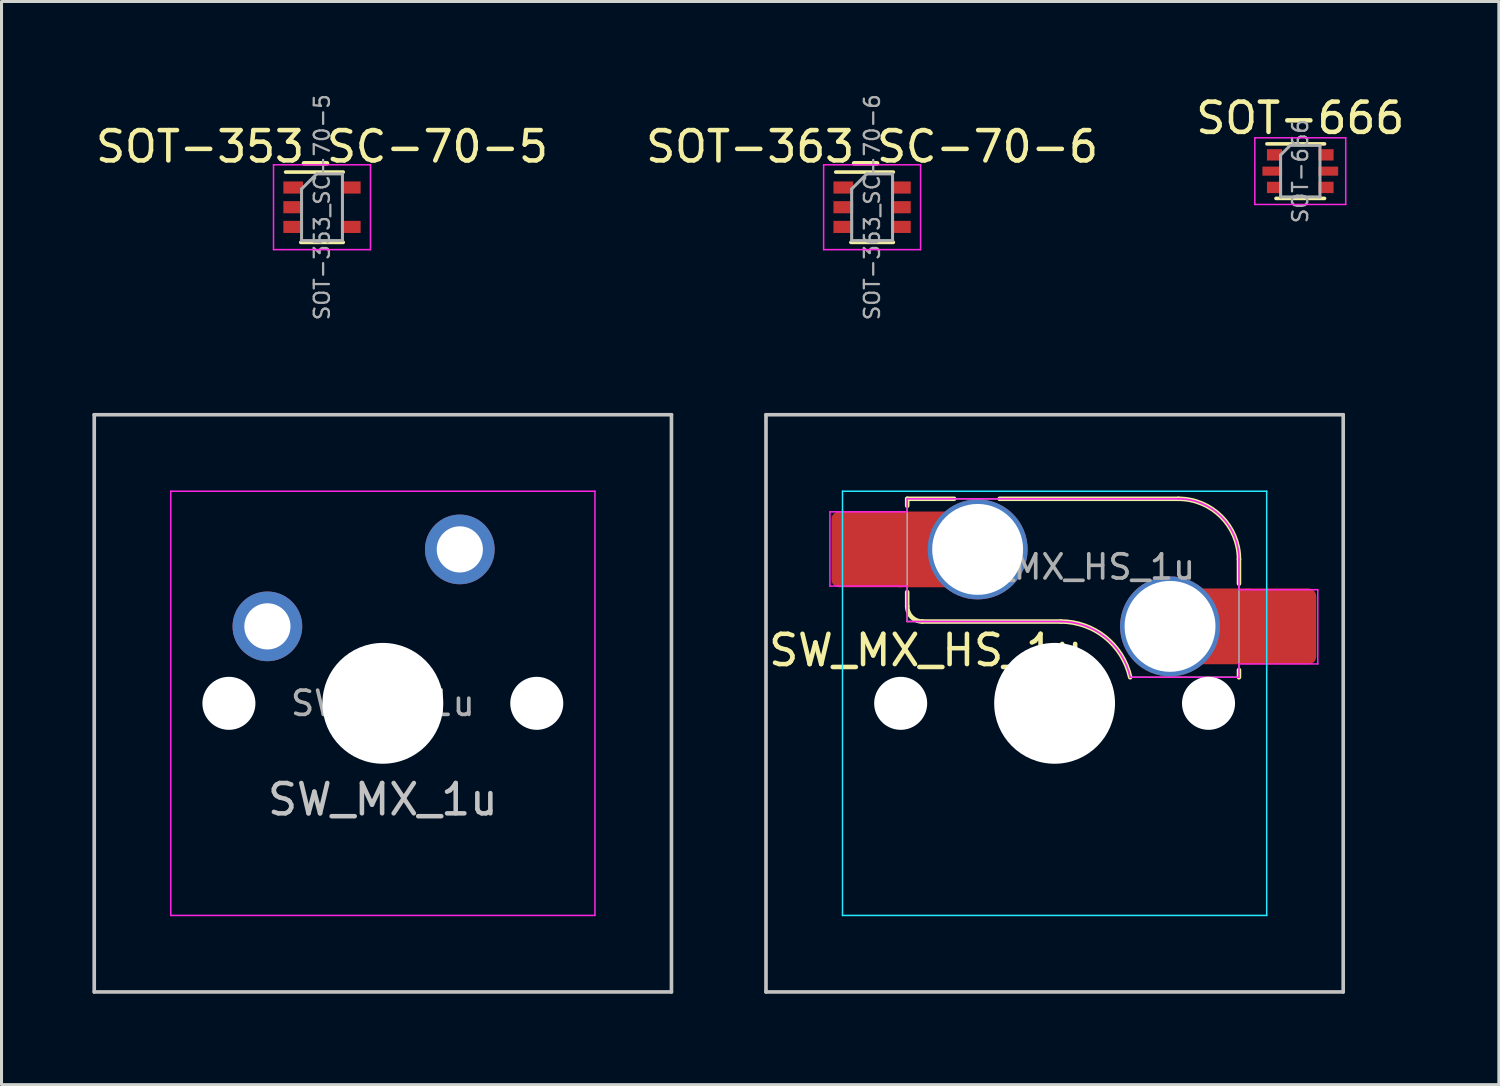
<source format=kicad_pcb>
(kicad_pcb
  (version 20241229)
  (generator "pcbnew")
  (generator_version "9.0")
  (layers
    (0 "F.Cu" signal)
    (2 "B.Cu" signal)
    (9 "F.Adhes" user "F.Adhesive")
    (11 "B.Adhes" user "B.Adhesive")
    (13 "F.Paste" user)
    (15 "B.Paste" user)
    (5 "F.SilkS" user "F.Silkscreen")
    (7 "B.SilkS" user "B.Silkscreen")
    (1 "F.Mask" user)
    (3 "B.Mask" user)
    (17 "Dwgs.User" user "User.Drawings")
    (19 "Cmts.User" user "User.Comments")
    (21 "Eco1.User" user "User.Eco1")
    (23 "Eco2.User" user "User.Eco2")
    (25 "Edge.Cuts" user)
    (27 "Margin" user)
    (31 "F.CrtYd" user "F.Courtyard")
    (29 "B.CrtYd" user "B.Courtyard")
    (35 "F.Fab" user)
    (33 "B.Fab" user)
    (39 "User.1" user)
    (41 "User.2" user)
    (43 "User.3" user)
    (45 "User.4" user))
  (footprint "SW_MX_HS_1u"
    (layer "F.Cu")
    (at 31.755 20.162)
    (property "Reference" "SW_MX_HS_1u" (at -4.25 -1.75 0) (layer "F.SilkS") (effects (font (size 1 1) (thickness 0.15))))
    (attr smd)
    (fp_line (start -4.865 -6.75) (end -4.865 -6.52) (stroke (width 0.15) (type solid)) (layer "F.SilkS"))
    (fp_line (start -4.865 -3.67) (end -4.865 -3.2) (stroke (width 0.15) (type solid)) (layer "F.SilkS"))
    (fp_line (start -4.365 -2.7) (end 0.2 -2.7) (stroke (width 0.15) (type solid)) (layer "F.SilkS"))
    (fp_line (start -3.315 -6.75) (end -4.865 -6.75) (stroke (width 0.15) (type solid)) (layer "F.SilkS"))
    (fp_line (start 4.085 -6.75) (end -1.815 -6.75) (stroke (width 0.15) (type solid)) (layer "F.SilkS"))
    (fp_line (start 6.085 -3.95) (end 6.085 -4.75) (stroke (width 0.15) (type solid)) (layer "F.SilkS"))
    (fp_line (start 6.085 -1.1) (end 6.085 -0.86) (stroke (width 0.15) (type solid)) (layer "F.SilkS"))
    (fp_arc (start -4.364824 -2.70022) (mid -4.718377 -2.846667) (end -4.864824 -3.20022) (stroke (width 0.15) (type solid)) (layer "F.SilkS"))
    (fp_arc (start 0.2 -2.70022) (mid 1.670693 -2.183637) (end 2.494322 -0.86022) (stroke (width 0.15) (type solid)) (layer "F.SilkS"))
    (fp_arc (start 4.085176 -6.75022) (mid 5.49939 -6.164434) (end 6.085176 -4.75022) (stroke (width 0.15) (type solid)) (layer "F.SilkS"))
    (fp_line (start -9.525 -9.525) (end 9.525 -9.525) (stroke (width 0.12) (type solid)) (layer "Dwgs.User"))
    (fp_line (start -9.525 9.525) (end -9.525 -9.525) (stroke (width 0.12) (type solid)) (layer "Dwgs.User"))
    (fp_line (start 9.525 -9.525) (end 9.525 9.525) (stroke (width 0.12) (type solid)) (layer "Dwgs.User"))
    (fp_line (start 9.525 9.525) (end -9.525 9.525) (stroke (width 0.12) (type solid)) (layer "Dwgs.User"))
    (fp_line (start -7 -6.5) (end -7 6.5) (stroke (width 0.05) (type solid)) (layer "Eco2.User"))
    (fp_line (start -6.5 7) (end 6.5 7) (stroke (width 0.05) (type solid)) (layer "Eco2.User"))
    (fp_line (start 6.5 -7) (end -6.5 -7) (stroke (width 0.05) (type solid)) (layer "Eco2.User"))
    (fp_line (start 7 6.5) (end 7 -6.5) (stroke (width 0.05) (type solid)) (layer "Eco2.User"))
    (fp_arc (start -7 -6.5) (mid -6.853553 -6.853553) (end -6.5 -7) (stroke (width 0.05) (type solid)) (layer "Eco2.User"))
    (fp_arc (start -6.497236 6.998884) (mid -6.850789 6.852437) (end -6.997236 6.498884) (stroke (width 0.05) (type solid)) (layer "Eco2.User"))
    (fp_arc (start 6.5 -7) (mid 6.853553 -6.853553) (end 7 -6.5) (stroke (width 0.05) (type solid)) (layer "Eco2.User"))
    (fp_arc (start 7 6.5) (mid 6.853553 6.853553) (end 6.5 7) (stroke (width 0.05) (type solid)) (layer "Eco2.User"))
    (fp_line (start -7 -7) (end 7 -7) (stroke (width 0.05) (type solid)) (layer "B.CrtYd"))
    (fp_line (start -7 7) (end -7 -7) (stroke (width 0.05) (type solid)) (layer "B.CrtYd"))
    (fp_line (start 7 -7) (end 7 7) (stroke (width 0.05) (type solid)) (layer "B.CrtYd"))
    (fp_line (start 7 7) (end -7 7) (stroke (width 0.05) (type solid)) (layer "B.CrtYd"))
    (fp_line (start -7.415 -6.32) (end -4.865 -6.32) (stroke (width 0.05) (type solid)) (layer "F.CrtYd"))
    (fp_line (start -7.415 -3.87) (end -7.415 -6.32) (stroke (width 0.05) (type solid)) (layer "F.CrtYd"))
    (fp_line (start -4.865 -6.75) (end -4.865 -6.32) (stroke (width 0.05) (type solid)) (layer "F.CrtYd"))
    (fp_line (start -4.865 -3.87) (end -7.415 -3.87) (stroke (width 0.05) (type solid)) (layer "F.CrtYd"))
    (fp_line (start -4.865 -3.87) (end -4.865 -2.7) (stroke (width 0.05) (type solid)) (layer "F.CrtYd"))
    (fp_line (start -4.865 -2.7) (end 0.2 -2.7) (stroke (width 0.05) (type solid)) (layer "F.CrtYd"))
    (fp_line (start 4.085 -6.75) (end -4.865 -6.75) (stroke (width 0.05) (type solid)) (layer "F.CrtYd"))
    (fp_line (start 6.085 -3.75) (end 6.085 -4.75) (stroke (width 0.05) (type solid)) (layer "F.CrtYd"))
    (fp_line (start 6.085 -3.75) (end 8.685 -3.75) (stroke (width 0.05) (type solid)) (layer "F.CrtYd"))
    (fp_line (start 6.085 -1.3) (end 6.085 -0.86) (stroke (width 0.05) (type solid)) (layer "F.CrtYd"))
    (fp_line (start 6.085 -0.86) (end 2.494 -0.86) (stroke (width 0.05) (type solid)) (layer "F.CrtYd"))
    (fp_line (start 8.685 -3.75) (end 8.685 -1.3) (stroke (width 0.05) (type solid)) (layer "F.CrtYd"))
    (fp_line (start 8.685 -1.3) (end 6.085 -1.3) (stroke (width 0.05) (type solid)) (layer "F.CrtYd"))
    (fp_arc (start 0.2 -2.70022) (mid 1.670503 -2.183399) (end 2.494322 -0.86022) (stroke (width 0.05) (type solid)) (layer "F.CrtYd"))
    (fp_arc (start 4.085176 -6.75022) (mid 5.49939 -6.164434) (end 6.085176 -4.75022) (stroke (width 0.05) (type solid)) (layer "F.CrtYd"))
    (fp_line (start -4.865 -6.75) (end -4.865 -2.7) (stroke (width 0.05) (type solid)) (layer "F.Fab"))
    (fp_line (start -4.865 -2.7) (end 0.2 -2.7) (stroke (width 0.05) (type solid)) (layer "F.Fab"))
    (fp_line (start 4.085 -6.75) (end -4.865 -6.75) (stroke (width 0.05) (type solid)) (layer "F.Fab"))
    (fp_line (start 6.085 -0.86) (end 2.494 -0.86) (stroke (width 0.05) (type solid)) (layer "F.Fab"))
    (fp_line (start 6.085 -0.86) (end 6.085 -4.75) (stroke (width 0.05) (type solid)) (layer "F.Fab"))
    (fp_arc (start 0.2 -2.70022) (mid 1.670503 -2.183399) (end 2.494322 -0.86022) (stroke (width 0.05) (type solid)) (layer "F.Fab"))
    (fp_arc (start 4.085176 -6.75022) (mid 5.49939 -6.164434) (end 6.085176 -4.75022) (stroke (width 0.05) (type solid)) (layer "F.Fab"))
    (fp_text user "${REFERENCE}" (at 0.5 -4.5 0) (layer "F.Fab") (effects (font (size 0.8 0.8) (thickness 0.12))))
    (pad "" np_thru_hole circle (at -5.08 0) (size 1.75 1.75) (drill 1.75) (layers "*.Cu" "*.Mask"))
    (pad "" np_thru_hole circle (at 0 0) (size 3.988 3.988) (drill 3.988) (layers "*.Cu" "*.Mask"))
    (pad "" np_thru_hole circle (at 5.08 0) (size 1.75 1.75) (drill 1.75) (layers "*.Cu" "*.Mask"))
    (pad "1" thru_hole circle (at 3.81 -2.54) (size 3.3 3.3) (drill 3) (layers "*.Cu" "*.Mask"))
    (pad "1" smd rect (at 5.635 -2.54 180) (size 1.65 2.5) (layers "F.Cu"))
    (pad "1" smd roundrect (at 7.36 -2.54) (size 2.55 2.5) (layers "F.Cu" "F.Mask" "F.Paste") (roundrect_rratio 0.1))
    (pad "2" smd roundrect (at -6.09 -5.08) (size 2.55 2.5) (layers "F.Cu" "F.Mask" "F.Paste") (roundrect_rratio 0.1))
    (pad "2" smd rect (at -4.34 -5.08) (size 1.65 2.5) (layers "F.Cu"))
    (pad "2" thru_hole circle (at -2.54 -5.08) (size 3.3 3.3) (drill 3) (layers "*.Cu" "*.Mask")))
  (footprint "SOT-363_SC-70-6"
    (layer "F.Cu")
    (at 25.732 3.789)
    (property "Reference" "SOT-363_SC-70-6" (at 0 -2 0) (layer "F.SilkS") (effects (font (size 1 1) (thickness 0.15))))
    (attr smd)
    (fp_line (start -0.7 1.16) (end 0.7 1.16) (stroke (width 0.12) (type solid)) (layer "F.SilkS"))
    (fp_line (start 0.7 -1.16) (end -1.2 -1.16) (stroke (width 0.12) (type solid)) (layer "F.SilkS"))
    (fp_line (start -1.6 -1.4) (end -1.6 1.4) (stroke (width 0.05) (type solid)) (layer "F.CrtYd"))
    (fp_line (start -1.6 -1.4) (end 1.6 -1.4) (stroke (width 0.05) (type solid)) (layer "F.CrtYd"))
    (fp_line (start -1.6 1.4) (end 1.6 1.4) (stroke (width 0.05) (type solid)) (layer "F.CrtYd"))
    (fp_line (start 1.6 1.4) (end 1.6 -1.4) (stroke (width 0.05) (type solid)) (layer "F.CrtYd"))
    (fp_line (start -0.675 -0.6) (end -0.675 1.1) (stroke (width 0.1) (type solid)) (layer "F.Fab"))
    (fp_line (start -0.175 -1.1) (end -0.675 -0.6) (stroke (width 0.1) (type solid)) (layer "F.Fab"))
    (fp_line (start 0.675 -1.1) (end -0.175 -1.1) (stroke (width 0.1) (type solid)) (layer "F.Fab"))
    (fp_line (start 0.675 -1.1) (end 0.675 1.1) (stroke (width 0.1) (type solid)) (layer "F.Fab"))
    (fp_line (start 0.675 1.1) (end -0.675 1.1) (stroke (width 0.1) (type solid)) (layer "F.Fab"))
    (fp_text user "${REFERENCE}" (at 0 0 90) (layer "F.Fab") (effects (font (size 0.5 0.5) (thickness 0.075))))
    (pad "1" smd rect (at -0.95 -0.65 180) (size 0.65 0.4) (layers "F.Cu" "F.Mask" "F.Paste"))
    (pad "2" smd rect (at -0.95 0 180) (size 0.65 0.4) (layers "F.Cu" "F.Mask" "F.Paste"))
    (pad "3" smd rect (at -0.95 0.65 180) (size 0.65 0.4) (layers "F.Cu" "F.Mask" "F.Paste"))
    (pad "4" smd rect (at 0.95 0.65 180) (size 0.65 0.4) (layers "F.Cu" "F.Mask" "F.Paste"))
    (pad "5" smd rect (at 0.95 0 180) (size 0.65 0.4) (layers "F.Cu" "F.Mask" "F.Paste"))
    (pad "6" smd rect (at 0.95 -0.65 180) (size 0.65 0.4) (layers "F.Cu" "F.Mask" "F.Paste")))
  (footprint "SW_MX_1u"
    (layer "F.Cu")
    (at 9.585 20.162)
    (property "Reference" "SW_MX_1u" (at 0 3.175 0) (layer "Dwgs.User") (effects (font (size 1 1) (thickness 0.15))))
    (attr through_hole exclude_from_pos_files)
    (fp_line (start -9.525 -9.525) (end -9.525 9.525) (stroke (width 0.12) (type solid)) (layer "Dwgs.User"))
    (fp_line (start -9.525 9.525) (end 9.525 9.525) (stroke (width 0.12) (type solid)) (layer "Dwgs.User"))
    (fp_line (start 9.525 -9.525) (end -9.525 -9.525) (stroke (width 0.12) (type solid)) (layer "Dwgs.User"))
    (fp_line (start 9.525 9.525) (end 9.525 -9.525) (stroke (width 0.12) (type solid)) (layer "Dwgs.User"))
    (fp_line (start -7 6.5) (end -7 -6.5) (stroke (width 0.05) (type solid)) (layer "Eco2.User"))
    (fp_line (start -6.5 -7) (end 6.5 -7) (stroke (width 0.05) (type solid)) (layer "Eco2.User"))
    (fp_line (start 6.5 7) (end -6.5 7) (stroke (width 0.05) (type solid)) (layer "Eco2.User"))
    (fp_line (start 7 -6.5) (end 7 6.5) (stroke (width 0.05) (type solid)) (layer "Eco2.User"))
    (fp_arc (start -7 -6.5) (mid -6.853553 -6.853553) (end -6.5 -7) (stroke (width 0.05) (type solid)) (layer "Eco2.User"))
    (fp_arc (start -6.5 7) (mid -6.853553 6.853553) (end -7 6.5) (stroke (width 0.05) (type solid)) (layer "Eco2.User"))
    (fp_arc (start 6.5 -7) (mid 6.853553 -6.853553) (end 7 -6.5) (stroke (width 0.05) (type solid)) (layer "Eco2.User"))
    (fp_arc (start 6.997236 6.498884) (mid 6.850789 6.852437) (end 6.497236 6.998884) (stroke (width 0.05) (type solid)) (layer "Eco2.User"))
    (fp_line (start -7 -7) (end -7 7) (stroke (width 0.05) (type solid)) (layer "F.CrtYd"))
    (fp_line (start -7 7) (end 7 7) (stroke (width 0.05) (type solid)) (layer "F.CrtYd"))
    (fp_line (start 7 -7) (end -7 -7) (stroke (width 0.05) (type solid)) (layer "F.CrtYd"))
    (fp_line (start 7 7) (end 7 -7) (stroke (width 0.05) (type solid)) (layer "F.CrtYd"))
    (fp_text user "${REFERENCE}" (at 0 0 0) (layer "F.Fab") (effects (font (size 0.8 0.8) (thickness 0.12))))
    (pad "" np_thru_hole circle (at -5.08 0) (size 1.75 1.75) (drill 1.75) (layers "*.Cu" "*.Mask"))
    (pad "" np_thru_hole circle (at 0 0) (size 3.988 3.988) (drill 3.988) (layers "*.Cu" "*.Mask"))
    (pad "" np_thru_hole circle (at 5.08 0) (size 1.75 1.75) (drill 1.75) (layers "*.Cu" "*.Mask"))
    (pad "1" thru_hole circle (at -3.81 -2.54) (size 2.3 2.3) (drill 1.524) (layers "*.Cu" "B.Mask"))
    (pad "2" thru_hole circle (at 2.54 -5.08) (size 2.3 2.3) (drill 1.524) (layers "*.Cu" "B.Mask")))
  (footprint "SOT-353_SC-70-5"
    (layer "F.Cu")
    (at 7.577 3.789)
    (property "Reference" "SOT-353_SC-70-5" (at 0 -2 0) (layer "F.SilkS") (effects (font (size 1 1) (thickness 0.15))))
    (attr smd)
    (fp_line (start -0.7 1.16) (end 0.7 1.16) (stroke (width 0.12) (type solid)) (layer "F.SilkS"))
    (fp_line (start 0.7 -1.16) (end -1.2 -1.16) (stroke (width 0.12) (type solid)) (layer "F.SilkS"))
    (fp_line (start -1.6 -1.4) (end -1.6 1.4) (stroke (width 0.05) (type solid)) (layer "F.CrtYd"))
    (fp_line (start -1.6 -1.4) (end 1.6 -1.4) (stroke (width 0.05) (type solid)) (layer "F.CrtYd"))
    (fp_line (start -1.6 1.4) (end 1.6 1.4) (stroke (width 0.05) (type solid)) (layer "F.CrtYd"))
    (fp_line (start 1.6 1.4) (end 1.6 -1.4) (stroke (width 0.05) (type solid)) (layer "F.CrtYd"))
    (fp_line (start -0.675 -0.6) (end -0.675 1.1) (stroke (width 0.1) (type solid)) (layer "F.Fab"))
    (fp_line (start -0.175 -1.1) (end -0.675 -0.6) (stroke (width 0.1) (type solid)) (layer "F.Fab"))
    (fp_line (start 0.675 -1.1) (end -0.175 -1.1) (stroke (width 0.1) (type solid)) (layer "F.Fab"))
    (fp_line (start 0.675 -1.1) (end 0.675 1.1) (stroke (width 0.1) (type solid)) (layer "F.Fab"))
    (fp_line (start 0.675 1.1) (end -0.675 1.1) (stroke (width 0.1) (type solid)) (layer "F.Fab"))
    (fp_text user "${REFERENCE}" (at 0 0 90) (layer "F.Fab") (effects (font (size 0.5 0.5) (thickness 0.075))))
    (pad "1" smd rect (at -0.95 -0.65 180) (size 0.65 0.4) (layers "F.Cu" "F.Mask" "F.Paste"))
    (pad "2" smd rect (at -0.95 0 180) (size 0.65 0.4) (layers "F.Cu" "F.Mask" "F.Paste"))
    (pad "3" smd rect (at -0.95 0.65 180) (size 0.65 0.4) (layers "F.Cu" "F.Mask" "F.Paste"))
    (pad "4" smd rect (at 0.95 0.65 180) (size 0.65 0.4) (layers "F.Cu" "F.Mask" "F.Paste"))
    (pad "5" smd rect (at 0.95 -0.65 180) (size 0.65 0.4) (layers "F.Cu" "F.Mask" "F.Paste")))
  (footprint "SOT-666"
    (layer "F.Cu")
    (at 39.863 2.598)
    (property "Reference" "SOT-666" (at 0 -1.75 0) (layer "F.SilkS") (effects (font (size 1 1) (thickness 0.15))))
    (attr smd)
    (fp_line (start -0.8 0.9) (end 0.8 0.9) (stroke (width 0.12) (type solid)) (layer "F.SilkS"))
    (fp_line (start 0.8 -0.9) (end -1.1 -0.9) (stroke (width 0.12) (type solid)) (layer "F.SilkS"))
    (fp_line (start -1.5 -1.1) (end -1.5 1.1) (stroke (width 0.05) (type solid)) (layer "F.CrtYd"))
    (fp_line (start -1.5 -1.1) (end 1.5 -1.1) (stroke (width 0.05) (type solid)) (layer "F.CrtYd"))
    (fp_line (start -1.5 1.1) (end 1.5 1.1) (stroke (width 0.05) (type solid)) (layer "F.CrtYd"))
    (fp_line (start 1.5 1.1) (end 1.5 -1.1) (stroke (width 0.05) (type solid)) (layer "F.CrtYd"))
    (fp_line (start -0.65 -0.53) (end -0.65 0.85) (stroke (width 0.1) (type solid)) (layer "F.Fab"))
    (fp_line (start -0.65 -0.53) (end -0.33 -0.85) (stroke (width 0.1) (type solid)) (layer "F.Fab"))
    (fp_line (start 0.65 -0.85) (end -0.33 -0.85) (stroke (width 0.1) (type solid)) (layer "F.Fab"))
    (fp_line (start 0.65 -0.85) (end 0.65 0.85) (stroke (width 0.1) (type solid)) (layer "F.Fab"))
    (fp_line (start 0.65 0.85) (end -0.65 0.85) (stroke (width 0.1) (type solid)) (layer "F.Fab"))
    (fp_text user "${REFERENCE}" (at 0 0 90) (layer "F.Fab") (effects (font (size 0.5 0.5) (thickness 0.075))))
    (pad "1" smd rect (at -0.85 -0.537 180) (size 0.5 0.375) (layers "F.Cu" "F.Mask" "F.Paste"))
    (pad "2" smd rect (at -0.925 0 180) (size 0.65 0.3) (layers "F.Cu" "F.Mask" "F.Paste"))
    (pad "3" smd rect (at -0.85 0.537 180) (size 0.5 0.375) (layers "F.Cu" "F.Mask" "F.Paste"))
    (pad "4" smd rect (at 0.85 0.537 180) (size 0.5 0.375) (layers "F.Cu" "F.Mask" "F.Paste"))
    (pad "5" smd rect (at 0.925 0 180) (size 0.65 0.3) (layers "F.Cu" "F.Mask" "F.Paste"))
    (pad "6" smd rect (at 0.85 -0.537 180) (size 0.5 0.375) (layers "F.Cu" "F.Mask" "F.Paste")))
  (gr_rect
    (start -3 -3)
    (end 46.417 32.747)
    (stroke (width 0.1) (type default))
    (fill no)
    (layer "Edge.Cuts")))
</source>
